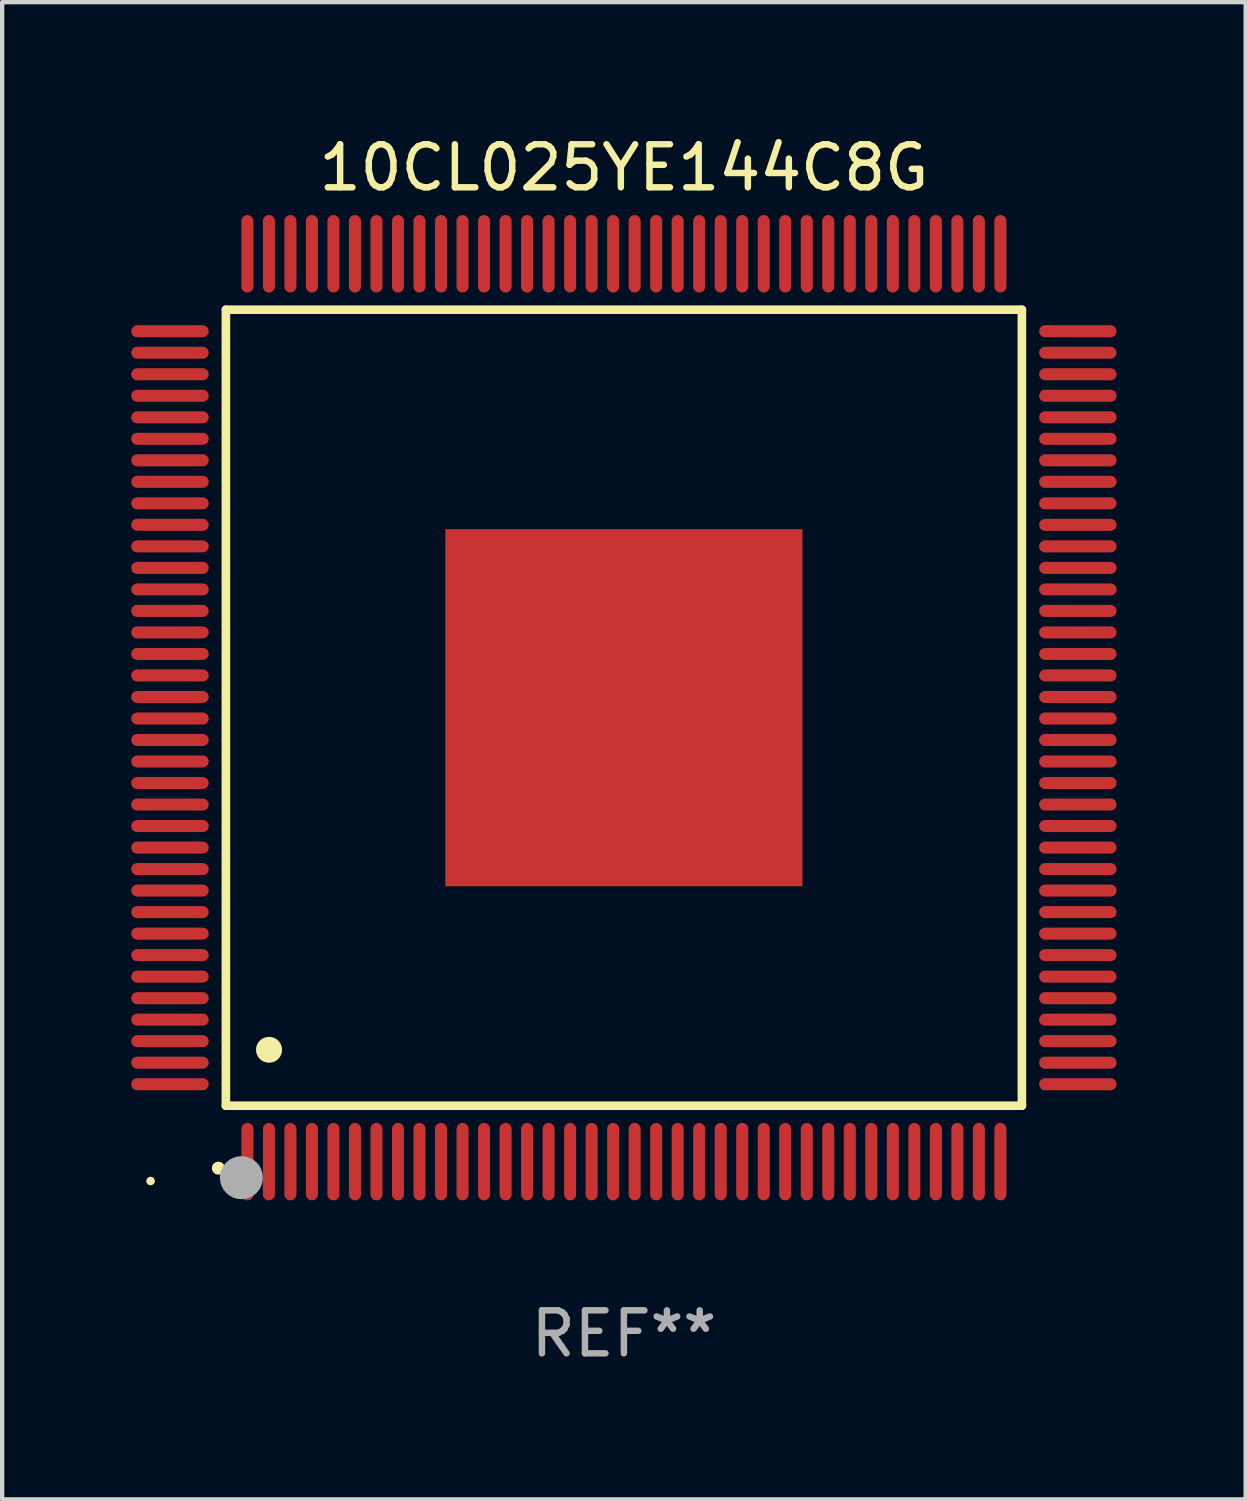
<source format=kicad_pcb>
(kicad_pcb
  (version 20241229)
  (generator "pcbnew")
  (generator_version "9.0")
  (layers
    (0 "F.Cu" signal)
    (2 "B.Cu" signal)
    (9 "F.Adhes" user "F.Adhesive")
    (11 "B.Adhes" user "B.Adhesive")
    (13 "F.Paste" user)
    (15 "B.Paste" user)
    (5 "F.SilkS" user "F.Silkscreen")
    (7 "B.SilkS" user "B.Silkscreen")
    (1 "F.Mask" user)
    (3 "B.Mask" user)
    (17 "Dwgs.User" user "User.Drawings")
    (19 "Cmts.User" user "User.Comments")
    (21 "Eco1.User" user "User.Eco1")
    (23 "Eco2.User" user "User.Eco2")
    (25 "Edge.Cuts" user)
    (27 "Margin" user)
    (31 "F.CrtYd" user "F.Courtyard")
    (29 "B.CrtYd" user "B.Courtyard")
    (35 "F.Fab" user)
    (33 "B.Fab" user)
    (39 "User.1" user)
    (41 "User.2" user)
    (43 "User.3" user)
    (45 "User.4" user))
  (footprint "10CL025YE144C8G"
    (layer "F.Cu")
    (at 11.45 13.398)
    (property "Reference" "10CL025YE144C8G" (at 0 -12.55 0) (layer "F.SilkS") (effects (font (size 1 1) (thickness 0.15))))
    (attr through_hole)
    (fp_line (start -9.25 -9.25) (end 9.25 -9.25) (stroke (width 0.2) (type solid)) (layer "F.SilkS"))
    (fp_line (start -9.25 9.25) (end -9.25 -9.25) (stroke (width 0.2) (type solid)) (layer "F.SilkS"))
    (fp_line (start 9.25 -9.25) (end 9.25 9.25) (stroke (width 0.2) (type solid)) (layer "F.SilkS"))
    (fp_line (start 9.25 9.25) (end -9.25 9.25) (stroke (width 0.2) (type solid)) (layer "F.SilkS"))
    (fp_arc (start -9.425959 10.701041) (mid -9.424689 10.701036) (end -9.423419 10.701041) (stroke (width 0.3) (type solid)) (layer "F.SilkS"))
    (fp_arc (start -8.249936 7.950216) (mid -8.247396 7.950205) (end -8.244856 7.950216) (stroke (width 0.6) (type solid)) (layer "F.SilkS"))
    (fp_circle (center -11 11) (end -10.95 11) (stroke (width 0.1) (type solid)) (fill no) (layer "F.SilkS"))
    (fp_circle (center -8.89 10.922) (end -8.64 10.922) (stroke (width 0.5) (type solid)) (fill no) (layer "F.Fab"))
    (fp_text user "REF**" (at 0 14.55 0) (layer "F.Fab") (effects (font (size 1 1) (thickness 0.15))))
    (pad "1" smd oval (at -8.75 10.55) (size 0.28 1.8) (layers "F.Cu" "F.Mask" "F.Paste"))
    (pad "2" smd oval (at -8.25 10.55) (size 0.28 1.8) (layers "F.Cu" "F.Mask" "F.Paste"))
    (pad "3" smd oval (at -7.75 10.55) (size 0.28 1.8) (layers "F.Cu" "F.Mask" "F.Paste"))
    (pad "4" smd oval (at -7.25 10.55) (size 0.28 1.8) (layers "F.Cu" "F.Mask" "F.Paste"))
    (pad "5" smd oval (at -6.75 10.55) (size 0.28 1.8) (layers "F.Cu" "F.Mask" "F.Paste"))
    (pad "6" smd oval (at -6.25 10.55) (size 0.28 1.8) (layers "F.Cu" "F.Mask" "F.Paste"))
    (pad "7" smd oval (at -5.75 10.55) (size 0.28 1.8) (layers "F.Cu" "F.Mask" "F.Paste"))
    (pad "8" smd oval (at -5.25 10.55) (size 0.28 1.8) (layers "F.Cu" "F.Mask" "F.Paste"))
    (pad "9" smd oval (at -4.75 10.55) (size 0.28 1.8) (layers "F.Cu" "F.Mask" "F.Paste"))
    (pad "10" smd oval (at -4.25 10.55) (size 0.28 1.8) (layers "F.Cu" "F.Mask" "F.Paste"))
    (pad "11" smd oval (at -3.75 10.55) (size 0.28 1.8) (layers "F.Cu" "F.Mask" "F.Paste"))
    (pad "12" smd oval (at -3.25 10.55) (size 0.28 1.8) (layers "F.Cu" "F.Mask" "F.Paste"))
    (pad "13" smd oval (at -2.75 10.55) (size 0.28 1.8) (layers "F.Cu" "F.Mask" "F.Paste"))
    (pad "14" smd oval (at -2.25 10.55) (size 0.28 1.8) (layers "F.Cu" "F.Mask" "F.Paste"))
    (pad "15" smd oval (at -1.75 10.55) (size 0.28 1.8) (layers "F.Cu" "F.Mask" "F.Paste"))
    (pad "16" smd oval (at -1.25 10.55) (size 0.28 1.8) (layers "F.Cu" "F.Mask" "F.Paste"))
    (pad "17" smd oval (at -0.75 10.55) (size 0.28 1.8) (layers "F.Cu" "F.Mask" "F.Paste"))
    (pad "18" smd oval (at -0.25 10.55) (size 0.28 1.8) (layers "F.Cu" "F.Mask" "F.Paste"))
    (pad "19" smd oval (at 0.25 10.55) (size 0.28 1.8) (layers "F.Cu" "F.Mask" "F.Paste"))
    (pad "20" smd oval (at 0.75 10.55) (size 0.28 1.8) (layers "F.Cu" "F.Mask" "F.Paste"))
    (pad "21" smd oval (at 1.25 10.55) (size 0.28 1.8) (layers "F.Cu" "F.Mask" "F.Paste"))
    (pad "22" smd oval (at 1.75 10.55) (size 0.28 1.8) (layers "F.Cu" "F.Mask" "F.Paste"))
    (pad "23" smd oval (at 2.25 10.55) (size 0.28 1.8) (layers "F.Cu" "F.Mask" "F.Paste"))
    (pad "24" smd oval (at 2.75 10.55) (size 0.28 1.8) (layers "F.Cu" "F.Mask" "F.Paste"))
    (pad "25" smd oval (at 3.25 10.55) (size 0.28 1.8) (layers "F.Cu" "F.Mask" "F.Paste"))
    (pad "26" smd oval (at 3.75 10.55) (size 0.28 1.8) (layers "F.Cu" "F.Mask" "F.Paste"))
    (pad "27" smd oval (at 4.25 10.55) (size 0.28 1.8) (layers "F.Cu" "F.Mask" "F.Paste"))
    (pad "28" smd oval (at 4.75 10.55) (size 0.28 1.8) (layers "F.Cu" "F.Mask" "F.Paste"))
    (pad "29" smd oval (at 5.25 10.55) (size 0.28 1.8) (layers "F.Cu" "F.Mask" "F.Paste"))
    (pad "30" smd oval (at 5.75 10.55) (size 0.28 1.8) (layers "F.Cu" "F.Mask" "F.Paste"))
    (pad "31" smd oval (at 6.25 10.55) (size 0.28 1.8) (layers "F.Cu" "F.Mask" "F.Paste"))
    (pad "32" smd oval (at 6.75 10.55) (size 0.28 1.8) (layers "F.Cu" "F.Mask" "F.Paste"))
    (pad "33" smd oval (at 7.25 10.55) (size 0.28 1.8) (layers "F.Cu" "F.Mask" "F.Paste"))
    (pad "34" smd oval (at 7.75 10.55) (size 0.28 1.8) (layers "F.Cu" "F.Mask" "F.Paste"))
    (pad "35" smd oval (at 8.25 10.55) (size 0.28 1.8) (layers "F.Cu" "F.Mask" "F.Paste"))
    (pad "36" smd oval (at 8.75 10.55) (size 0.28 1.8) (layers "F.Cu" "F.Mask" "F.Paste"))
    (pad "37" smd oval (at 10.55 8.75) (size 1.8 0.28) (layers "F.Cu" "F.Mask" "F.Paste"))
    (pad "38" smd oval (at 10.55 8.25) (size 1.8 0.28) (layers "F.Cu" "F.Mask" "F.Paste"))
    (pad "39" smd oval (at 10.55 7.75) (size 1.8 0.28) (layers "F.Cu" "F.Mask" "F.Paste"))
    (pad "40" smd oval (at 10.55 7.25) (size 1.8 0.28) (layers "F.Cu" "F.Mask" "F.Paste"))
    (pad "41" smd oval (at 10.55 6.75) (size 1.8 0.28) (layers "F.Cu" "F.Mask" "F.Paste"))
    (pad "42" smd oval (at 10.55 6.25) (size 1.8 0.28) (layers "F.Cu" "F.Mask" "F.Paste"))
    (pad "43" smd oval (at 10.55 5.75) (size 1.8 0.28) (layers "F.Cu" "F.Mask" "F.Paste"))
    (pad "44" smd oval (at 10.55 5.25) (size 1.8 0.28) (layers "F.Cu" "F.Mask" "F.Paste"))
    (pad "45" smd oval (at 10.55 4.75) (size 1.8 0.28) (layers "F.Cu" "F.Mask" "F.Paste"))
    (pad "46" smd oval (at 10.55 4.25) (size 1.8 0.28) (layers "F.Cu" "F.Mask" "F.Paste"))
    (pad "47" smd oval (at 10.55 3.75) (size 1.8 0.28) (layers "F.Cu" "F.Mask" "F.Paste"))
    (pad "48" smd oval (at 10.55 3.25) (size 1.8 0.28) (layers "F.Cu" "F.Mask" "F.Paste"))
    (pad "49" smd oval (at 10.55 2.75) (size 1.8 0.28) (layers "F.Cu" "F.Mask" "F.Paste"))
    (pad "50" smd oval (at 10.55 2.25) (size 1.8 0.28) (layers "F.Cu" "F.Mask" "F.Paste"))
    (pad "51" smd oval (at 10.55 1.75) (size 1.8 0.28) (layers "F.Cu" "F.Mask" "F.Paste"))
    (pad "52" smd oval (at 10.55 1.25) (size 1.8 0.28) (layers "F.Cu" "F.Mask" "F.Paste"))
    (pad "53" smd oval (at 10.55 0.75) (size 1.8 0.28) (layers "F.Cu" "F.Mask" "F.Paste"))
    (pad "54" smd oval (at 10.55 0.25) (size 1.8 0.28) (layers "F.Cu" "F.Mask" "F.Paste"))
    (pad "55" smd oval (at 10.55 -0.25) (size 1.8 0.28) (layers "F.Cu" "F.Mask" "F.Paste"))
    (pad "56" smd oval (at 10.55 -0.75) (size 1.8 0.28) (layers "F.Cu" "F.Mask" "F.Paste"))
    (pad "57" smd oval (at 10.55 -1.25) (size 1.8 0.28) (layers "F.Cu" "F.Mask" "F.Paste"))
    (pad "58" smd oval (at 10.55 -1.75) (size 1.8 0.28) (layers "F.Cu" "F.Mask" "F.Paste"))
    (pad "59" smd oval (at 10.55 -2.25) (size 1.8 0.28) (layers "F.Cu" "F.Mask" "F.Paste"))
    (pad "60" smd oval (at 10.55 -2.75) (size 1.8 0.28) (layers "F.Cu" "F.Mask" "F.Paste"))
    (pad "61" smd oval (at 10.55 -3.25) (size 1.8 0.28) (layers "F.Cu" "F.Mask" "F.Paste"))
    (pad "62" smd oval (at 10.55 -3.75) (size 1.8 0.28) (layers "F.Cu" "F.Mask" "F.Paste"))
    (pad "63" smd oval (at 10.55 -4.25) (size 1.8 0.28) (layers "F.Cu" "F.Mask" "F.Paste"))
    (pad "64" smd oval (at 10.55 -4.75) (size 1.8 0.28) (layers "F.Cu" "F.Mask" "F.Paste"))
    (pad "65" smd oval (at 10.55 -5.25) (size 1.8 0.28) (layers "F.Cu" "F.Mask" "F.Paste"))
    (pad "66" smd oval (at 10.55 -5.75) (size 1.8 0.28) (layers "F.Cu" "F.Mask" "F.Paste"))
    (pad "67" smd oval (at 10.55 -6.25) (size 1.8 0.28) (layers "F.Cu" "F.Mask" "F.Paste"))
    (pad "68" smd oval (at 10.55 -6.75) (size 1.8 0.28) (layers "F.Cu" "F.Mask" "F.Paste"))
    (pad "69" smd oval (at 10.55 -7.25) (size 1.8 0.28) (layers "F.Cu" "F.Mask" "F.Paste"))
    (pad "70" smd oval (at 10.55 -7.75) (size 1.8 0.28) (layers "F.Cu" "F.Mask" "F.Paste"))
    (pad "71" smd oval (at 10.55 -8.25) (size 1.8 0.28) (layers "F.Cu" "F.Mask" "F.Paste"))
    (pad "72" smd oval (at 10.55 -8.75) (size 1.8 0.28) (layers "F.Cu" "F.Mask" "F.Paste"))
    (pad "73" smd oval (at 8.75 -10.55) (size 0.28 1.8) (layers "F.Cu" "F.Mask" "F.Paste"))
    (pad "74" smd oval (at 8.25 -10.55) (size 0.28 1.8) (layers "F.Cu" "F.Mask" "F.Paste"))
    (pad "75" smd oval (at 7.75 -10.55) (size 0.28 1.8) (layers "F.Cu" "F.Mask" "F.Paste"))
    (pad "76" smd oval (at 7.25 -10.55) (size 0.28 1.8) (layers "F.Cu" "F.Mask" "F.Paste"))
    (pad "77" smd oval (at 6.75 -10.55) (size 0.28 1.8) (layers "F.Cu" "F.Mask" "F.Paste"))
    (pad "78" smd oval (at 6.25 -10.55) (size 0.28 1.8) (layers "F.Cu" "F.Mask" "F.Paste"))
    (pad "79" smd oval (at 5.75 -10.55) (size 0.28 1.8) (layers "F.Cu" "F.Mask" "F.Paste"))
    (pad "80" smd oval (at 5.25 -10.55) (size 0.28 1.8) (layers "F.Cu" "F.Mask" "F.Paste"))
    (pad "81" smd oval (at 4.75 -10.55) (size 0.28 1.8) (layers "F.Cu" "F.Mask" "F.Paste"))
    (pad "82" smd oval (at 4.25 -10.55) (size 0.28 1.8) (layers "F.Cu" "F.Mask" "F.Paste"))
    (pad "83" smd oval (at 3.75 -10.55) (size 0.28 1.8) (layers "F.Cu" "F.Mask" "F.Paste"))
    (pad "84" smd oval (at 3.25 -10.55) (size 0.28 1.8) (layers "F.Cu" "F.Mask" "F.Paste"))
    (pad "85" smd oval (at 2.75 -10.55) (size 0.28 1.8) (layers "F.Cu" "F.Mask" "F.Paste"))
    (pad "86" smd oval (at 2.25 -10.55) (size 0.28 1.8) (layers "F.Cu" "F.Mask" "F.Paste"))
    (pad "87" smd oval (at 1.75 -10.55) (size 0.28 1.8) (layers "F.Cu" "F.Mask" "F.Paste"))
    (pad "88" smd oval (at 1.25 -10.55) (size 0.28 1.8) (layers "F.Cu" "F.Mask" "F.Paste"))
    (pad "89" smd oval (at 0.75 -10.55) (size 0.28 1.8) (layers "F.Cu" "F.Mask" "F.Paste"))
    (pad "90" smd oval (at 0.25 -10.55) (size 0.28 1.8) (layers "F.Cu" "F.Mask" "F.Paste"))
    (pad "91" smd oval (at -0.25 -10.55) (size 0.28 1.8) (layers "F.Cu" "F.Mask" "F.Paste"))
    (pad "92" smd oval (at -0.75 -10.55) (size 0.28 1.8) (layers "F.Cu" "F.Mask" "F.Paste"))
    (pad "93" smd oval (at -1.25 -10.55) (size 0.28 1.8) (layers "F.Cu" "F.Mask" "F.Paste"))
    (pad "94" smd oval (at -1.75 -10.55) (size 0.28 1.8) (layers "F.Cu" "F.Mask" "F.Paste"))
    (pad "95" smd oval (at -2.25 -10.55) (size 0.28 1.8) (layers "F.Cu" "F.Mask" "F.Paste"))
    (pad "96" smd oval (at -2.75 -10.55) (size 0.28 1.8) (layers "F.Cu" "F.Mask" "F.Paste"))
    (pad "97" smd oval (at -3.25 -10.55) (size 0.28 1.8) (layers "F.Cu" "F.Mask" "F.Paste"))
    (pad "98" smd oval (at -3.75 -10.55) (size 0.28 1.8) (layers "F.Cu" "F.Mask" "F.Paste"))
    (pad "99" smd oval (at -4.25 -10.55) (size 0.28 1.8) (layers "F.Cu" "F.Mask" "F.Paste"))
    (pad "100" smd oval (at -4.75 -10.55) (size 0.28 1.8) (layers "F.Cu" "F.Mask" "F.Paste"))
    (pad "101" smd oval (at -5.25 -10.55) (size 0.28 1.8) (layers "F.Cu" "F.Mask" "F.Paste"))
    (pad "102" smd oval (at -5.75 -10.55) (size 0.28 1.8) (layers "F.Cu" "F.Mask" "F.Paste"))
    (pad "103" smd oval (at -6.25 -10.55) (size 0.28 1.8) (layers "F.Cu" "F.Mask" "F.Paste"))
    (pad "104" smd oval (at -6.75 -10.55) (size 0.28 1.8) (layers "F.Cu" "F.Mask" "F.Paste"))
    (pad "105" smd oval (at -7.25 -10.55) (size 0.28 1.8) (layers "F.Cu" "F.Mask" "F.Paste"))
    (pad "106" smd oval (at -7.75 -10.55) (size 0.28 1.8) (layers "F.Cu" "F.Mask" "F.Paste"))
    (pad "107" smd oval (at -8.25 -10.55) (size 0.28 1.8) (layers "F.Cu" "F.Mask" "F.Paste"))
    (pad "108" smd oval (at -8.75 -10.55) (size 0.28 1.8) (layers "F.Cu" "F.Mask" "F.Paste"))
    (pad "109" smd oval (at -10.55 -8.75) (size 1.8 0.28) (layers "F.Cu" "F.Mask" "F.Paste"))
    (pad "110" smd oval (at -10.55 -8.25) (size 1.8 0.28) (layers "F.Cu" "F.Mask" "F.Paste"))
    (pad "111" smd oval (at -10.55 -7.75) (size 1.8 0.28) (layers "F.Cu" "F.Mask" "F.Paste"))
    (pad "112" smd oval (at -10.55 -7.25) (size 1.8 0.28) (layers "F.Cu" "F.Mask" "F.Paste"))
    (pad "113" smd oval (at -10.55 -6.75) (size 1.8 0.28) (layers "F.Cu" "F.Mask" "F.Paste"))
    (pad "114" smd oval (at -10.55 -6.25) (size 1.8 0.28) (layers "F.Cu" "F.Mask" "F.Paste"))
    (pad "115" smd oval (at -10.55 -5.75) (size 1.8 0.28) (layers "F.Cu" "F.Mask" "F.Paste"))
    (pad "116" smd oval (at -10.55 -5.25) (size 1.8 0.28) (layers "F.Cu" "F.Mask" "F.Paste"))
    (pad "117" smd oval (at -10.55 -4.75) (size 1.8 0.28) (layers "F.Cu" "F.Mask" "F.Paste"))
    (pad "118" smd oval (at -10.55 -4.25) (size 1.8 0.28) (layers "F.Cu" "F.Mask" "F.Paste"))
    (pad "119" smd oval (at -10.55 -3.75) (size 1.8 0.28) (layers "F.Cu" "F.Mask" "F.Paste"))
    (pad "120" smd oval (at -10.55 -3.25) (size 1.8 0.28) (layers "F.Cu" "F.Mask" "F.Paste"))
    (pad "121" smd oval (at -10.55 -2.75) (size 1.8 0.28) (layers "F.Cu" "F.Mask" "F.Paste"))
    (pad "122" smd oval (at -10.55 -2.25) (size 1.8 0.28) (layers "F.Cu" "F.Mask" "F.Paste"))
    (pad "123" smd oval (at -10.55 -1.75) (size 1.8 0.28) (layers "F.Cu" "F.Mask" "F.Paste"))
    (pad "124" smd oval (at -10.55 -1.25) (size 1.8 0.28) (layers "F.Cu" "F.Mask" "F.Paste"))
    (pad "125" smd oval (at -10.55 -0.75) (size 1.8 0.28) (layers "F.Cu" "F.Mask" "F.Paste"))
    (pad "126" smd oval (at -10.55 -0.25) (size 1.8 0.28) (layers "F.Cu" "F.Mask" "F.Paste"))
    (pad "127" smd oval (at -10.55 0.25) (size 1.8 0.28) (layers "F.Cu" "F.Mask" "F.Paste"))
    (pad "128" smd oval (at -10.55 0.75) (size 1.8 0.28) (layers "F.Cu" "F.Mask" "F.Paste"))
    (pad "129" smd oval (at -10.55 1.25) (size 1.8 0.28) (layers "F.Cu" "F.Mask" "F.Paste"))
    (pad "130" smd oval (at -10.55 1.75) (size 1.8 0.28) (layers "F.Cu" "F.Mask" "F.Paste"))
    (pad "131" smd oval (at -10.55 2.25) (size 1.8 0.28) (layers "F.Cu" "F.Mask" "F.Paste"))
    (pad "132" smd oval (at -10.55 2.75) (size 1.8 0.28) (layers "F.Cu" "F.Mask" "F.Paste"))
    (pad "133" smd oval (at -10.55 3.25) (size 1.8 0.28) (layers "F.Cu" "F.Mask" "F.Paste"))
    (pad "134" smd oval (at -10.55 3.75) (size 1.8 0.28) (layers "F.Cu" "F.Mask" "F.Paste"))
    (pad "135" smd oval (at -10.55 4.25) (size 1.8 0.28) (layers "F.Cu" "F.Mask" "F.Paste"))
    (pad "136" smd oval (at -10.55 4.75) (size 1.8 0.28) (layers "F.Cu" "F.Mask" "F.Paste"))
    (pad "137" smd oval (at -10.55 5.25) (size 1.8 0.28) (layers "F.Cu" "F.Mask" "F.Paste"))
    (pad "138" smd oval (at -10.55 5.75) (size 1.8 0.28) (layers "F.Cu" "F.Mask" "F.Paste"))
    (pad "139" smd oval (at -10.55 6.25) (size 1.8 0.28) (layers "F.Cu" "F.Mask" "F.Paste"))
    (pad "140" smd oval (at -10.55 6.75) (size 1.8 0.28) (layers "F.Cu" "F.Mask" "F.Paste"))
    (pad "141" smd oval (at -10.55 7.25) (size 1.8 0.28) (layers "F.Cu" "F.Mask" "F.Paste"))
    (pad "142" smd oval (at -10.55 7.75) (size 1.8 0.28) (layers "F.Cu" "F.Mask" "F.Paste"))
    (pad "143" smd oval (at -10.55 8.25) (size 1.8 0.28) (layers "F.Cu" "F.Mask" "F.Paste"))
    (pad "144" smd oval (at -10.55 8.75) (size 1.8 0.28) (layers "F.Cu" "F.Mask" "F.Paste"))
    (pad "145" smd rect (at 0 0) (size 8.3 8.3) (layers "F.Cu" "F.Mask" "F.Paste")))
  (gr_rect
    (start -3 -3)
    (end 25.9 31.796)
    (stroke (width 0.1) (type default))
    (fill no)
    (layer "Edge.Cuts")))
</source>
